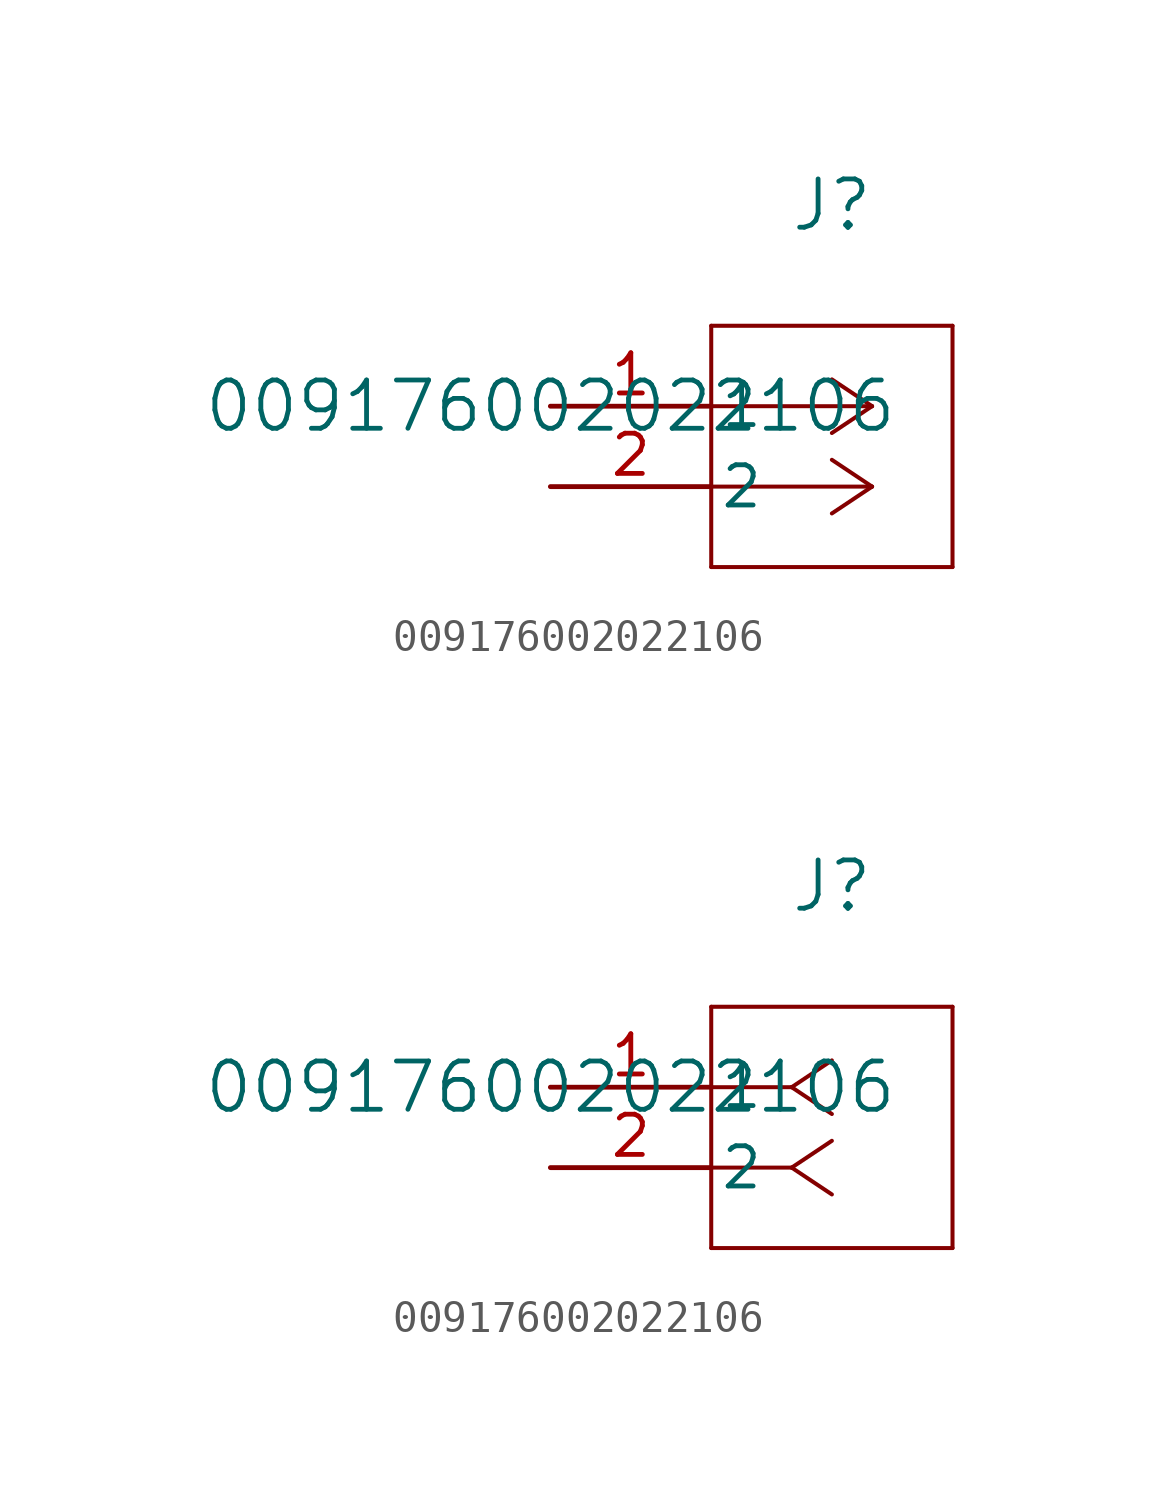
<source format=kicad_sym>
(kicad_symbol_lib
  (version 20211014)
  (generator kicad_symbol_editor)
  (symbol "009176002022106"
    (pin_names
      (offset 0.254))
    (property "Reference" "J"
      (at 8.89 6.35 0)
      (effects (font (size 1.524 1.524))))
    (property "Value" "009176002022106"
      (at 0 0 0)
      (effects (font (size 1.524 1.524))))
    (symbol "009176002022106_1_1"
      (polyline (pts (xy 10.16 0) (xy 5.08 0)) (stroke (width 0.127) (type default) (color 0 0 0 0)) (fill (type none)))
      (polyline (pts (xy 10.16 -2.54) (xy 5.08 -2.54)) (stroke (width 0.127) (type default) (color 0 0 0 0)) (fill (type none)))
      (polyline (pts (xy 10.16 0) (xy 8.89 0.847)) (stroke (width 0.127) (type default) (color 0 0 0 0)) (fill (type none)))
      (polyline (pts (xy 10.16 -2.54) (xy 8.89 -1.693)) (stroke (width 0.127) (type default) (color 0 0 0 0)) (fill (type none)))
      (polyline (pts (xy 10.16 0) (xy 8.89 -0.847)) (stroke (width 0.127) (type default) (color 0 0 0 0)) (fill (type none)))
      (polyline (pts (xy 10.16 -2.54) (xy 8.89 -3.387)) (stroke (width 0.127) (type default) (color 0 0 0 0)) (fill (type none)))
      (polyline (pts (xy 5.08 2.54) (xy 5.08 -5.08)) (stroke (width 0.127) (type default) (color 0 0 0 0)) (fill (type none)))
      (polyline (pts (xy 5.08 -5.08) (xy 12.7 -5.08)) (stroke (width 0.127) (type default) (color 0 0 0 0)) (fill (type none)))
      (polyline (pts (xy 12.7 -5.08) (xy 12.7 2.54)) (stroke (width 0.127) (type default) (color 0 0 0 0)) (fill (type none)))
      (polyline (pts (xy 12.7 2.54) (xy 5.08 2.54)) (stroke (width 0.127) (type default) (color 0 0 0 0)) (fill (type none)))
      (pin unspecified line (at 0 0 0) (length 5.08) (name "1" (effects (font (size 1.27 1.27)))) (number "1" (effects (font (size 1.27 1.27)))))
      (pin unspecified line (at 0 -2.54 0) (length 5.08) (name "2" (effects (font (size 1.27 1.27)))) (number "2" (effects (font (size 1.27 1.27))))))
    (symbol "009176002022106_1_2"
      (polyline (pts (xy 7.62 0) (xy 5.08 0)) (stroke (width 0.127) (type default) (color 0 0 0 0)) (fill (type none)))
      (polyline (pts (xy 7.62 -2.54) (xy 5.08 -2.54)) (stroke (width 0.127) (type default) (color 0 0 0 0)) (fill (type none)))
      (polyline (pts (xy 7.62 0) (xy 8.89 0.847)) (stroke (width 0.127) (type default) (color 0 0 0 0)) (fill (type none)))
      (polyline (pts (xy 7.62 -2.54) (xy 8.89 -1.693)) (stroke (width 0.127) (type default) (color 0 0 0 0)) (fill (type none)))
      (polyline (pts (xy 7.62 0) (xy 8.89 -0.847)) (stroke (width 0.127) (type default) (color 0 0 0 0)) (fill (type none)))
      (polyline (pts (xy 7.62 -2.54) (xy 8.89 -3.387)) (stroke (width 0.127) (type default) (color 0 0 0 0)) (fill (type none)))
      (polyline (pts (xy 5.08 2.54) (xy 5.08 -5.08)) (stroke (width 0.127) (type default) (color 0 0 0 0)) (fill (type none)))
      (polyline (pts (xy 5.08 -5.08) (xy 12.7 -5.08)) (stroke (width 0.127) (type default) (color 0 0 0 0)) (fill (type none)))
      (polyline (pts (xy 12.7 -5.08) (xy 12.7 2.54)) (stroke (width 0.127) (type default) (color 0 0 0 0)) (fill (type none)))
      (polyline (pts (xy 12.7 2.54) (xy 5.08 2.54)) (stroke (width 0.127) (type default) (color 0 0 0 0)) (fill (type none)))
      (pin unspecified line (at 0 0 0) (length 5.08) (name "1" (effects (font (size 1.27 1.27)))) (number "1" (effects (font (size 1.27 1.27)))))
      (pin unspecified line (at 0 -2.54 0) (length 5.08) (name "2" (effects (font (size 1.27 1.27)))) (number "2" (effects (font (size 1.27 1.27))))))))
</source>
